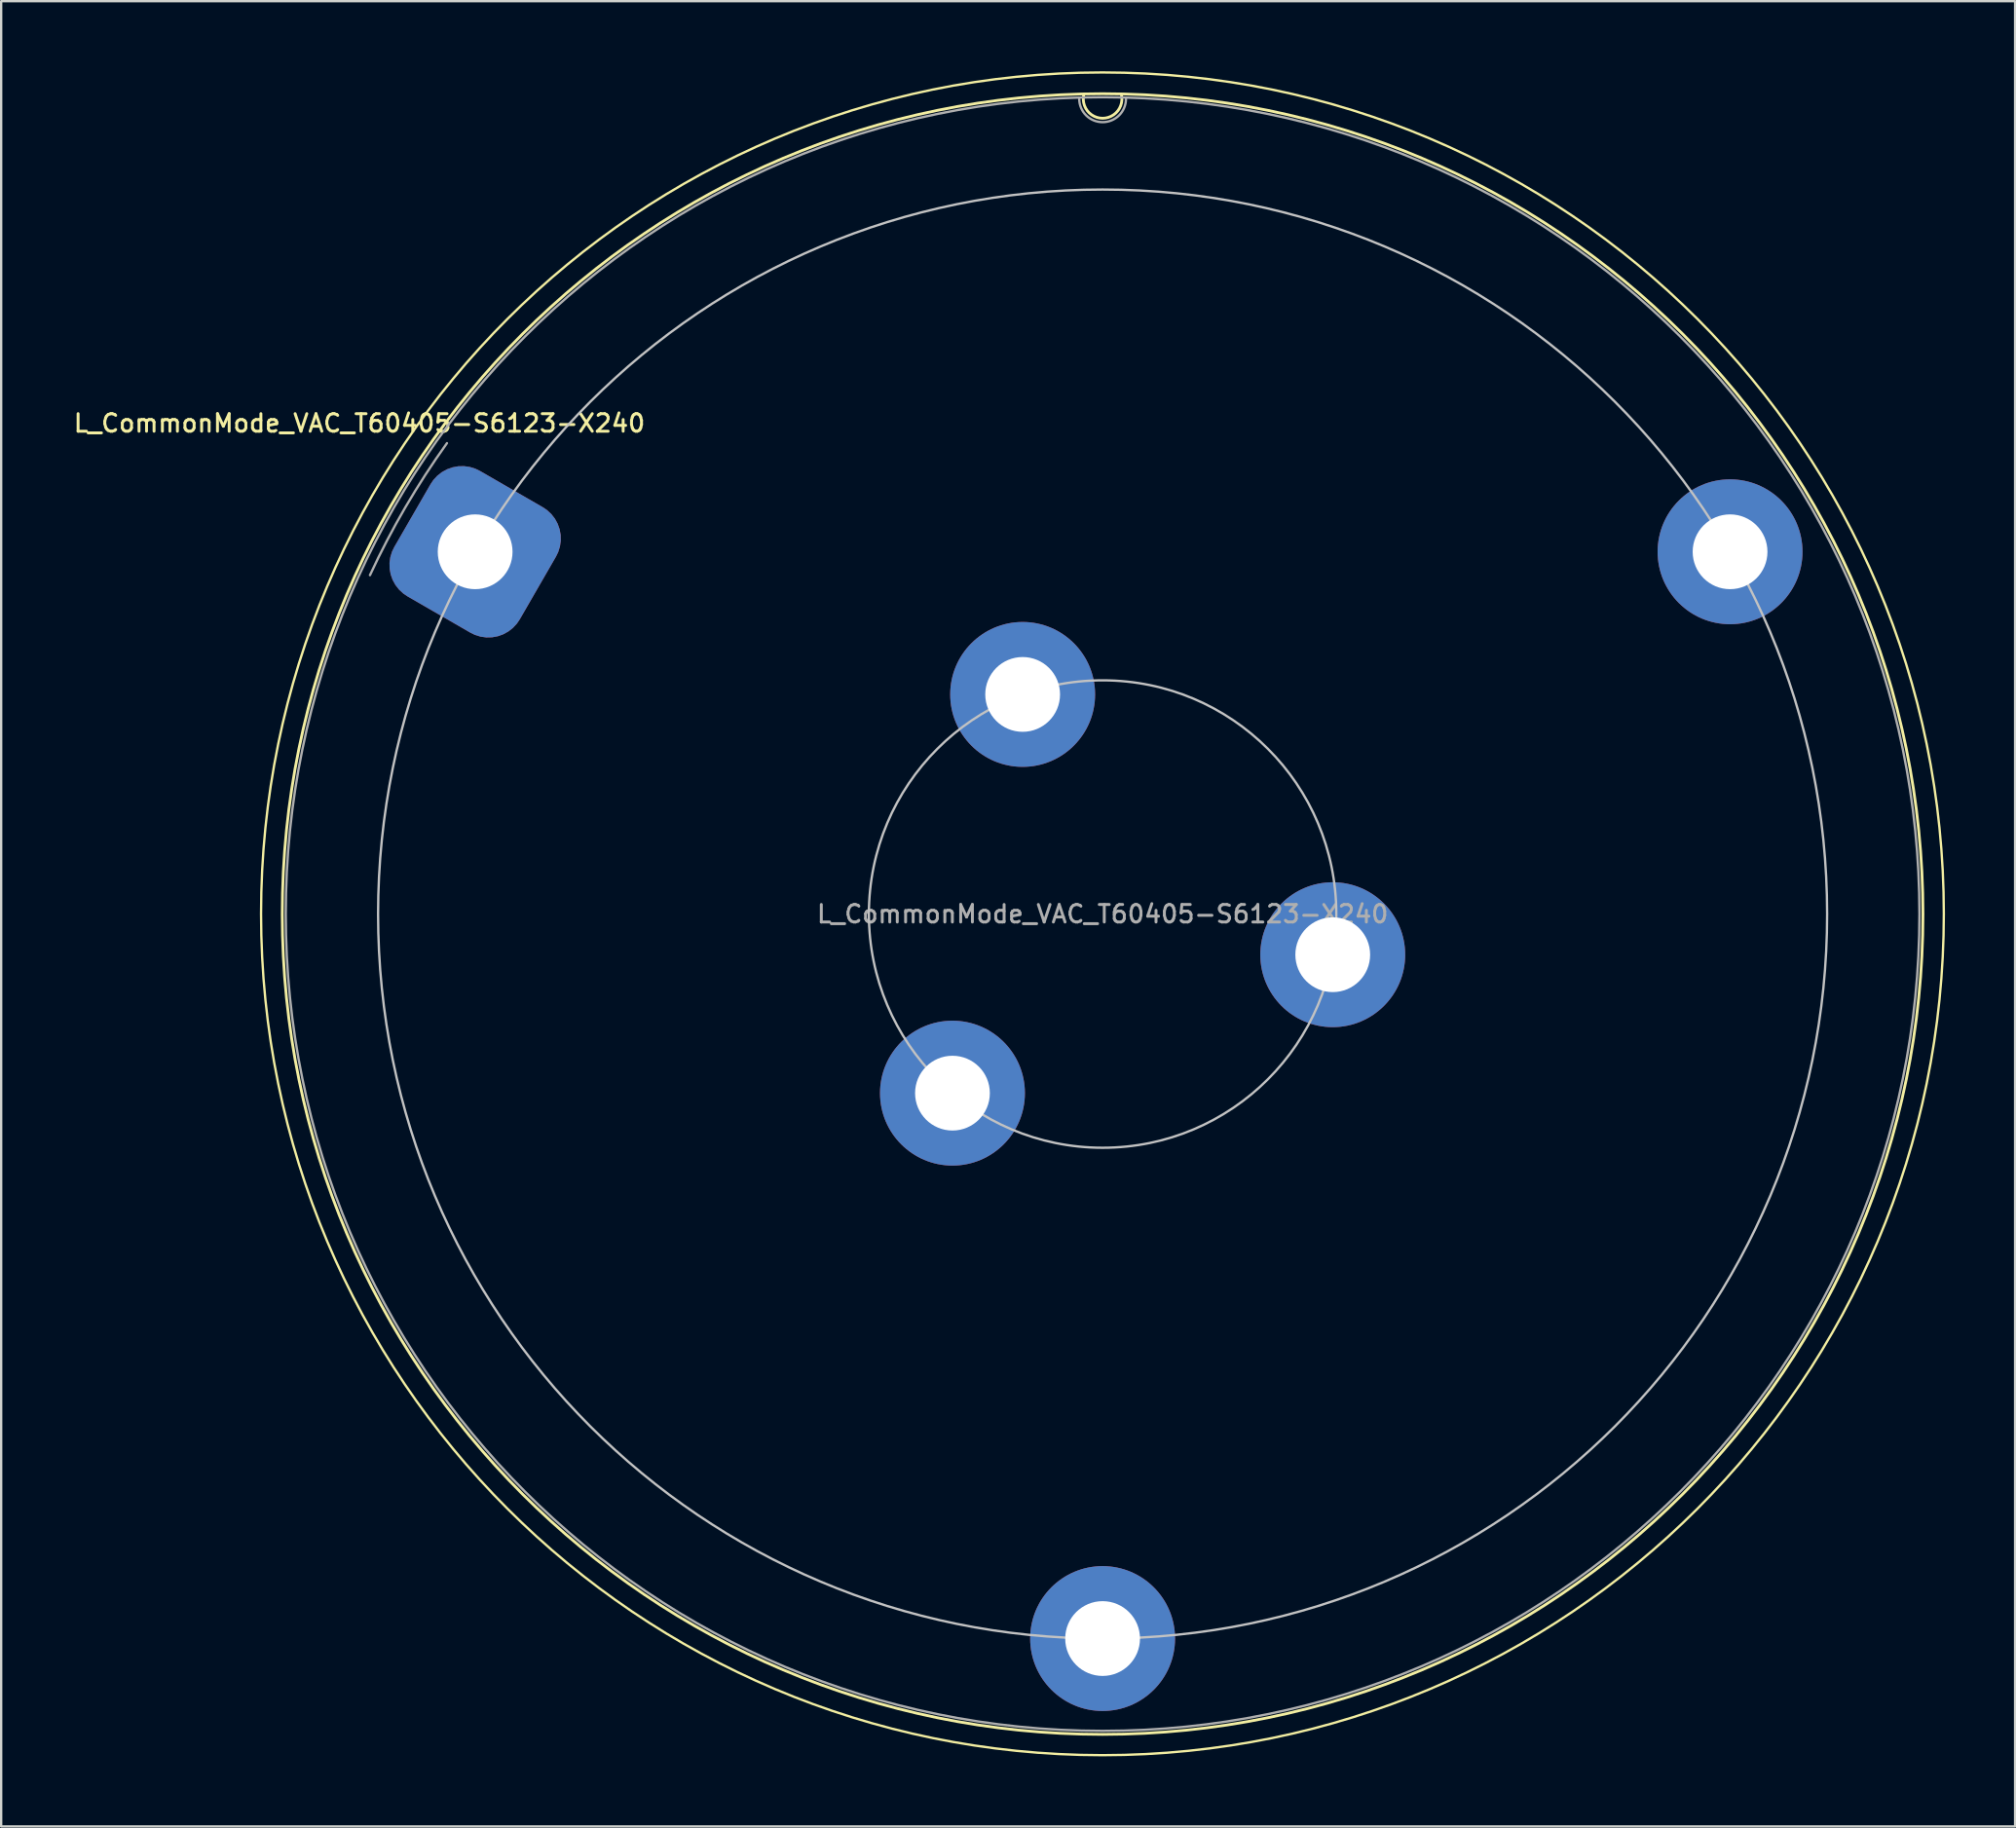
<source format=kicad_pcb>
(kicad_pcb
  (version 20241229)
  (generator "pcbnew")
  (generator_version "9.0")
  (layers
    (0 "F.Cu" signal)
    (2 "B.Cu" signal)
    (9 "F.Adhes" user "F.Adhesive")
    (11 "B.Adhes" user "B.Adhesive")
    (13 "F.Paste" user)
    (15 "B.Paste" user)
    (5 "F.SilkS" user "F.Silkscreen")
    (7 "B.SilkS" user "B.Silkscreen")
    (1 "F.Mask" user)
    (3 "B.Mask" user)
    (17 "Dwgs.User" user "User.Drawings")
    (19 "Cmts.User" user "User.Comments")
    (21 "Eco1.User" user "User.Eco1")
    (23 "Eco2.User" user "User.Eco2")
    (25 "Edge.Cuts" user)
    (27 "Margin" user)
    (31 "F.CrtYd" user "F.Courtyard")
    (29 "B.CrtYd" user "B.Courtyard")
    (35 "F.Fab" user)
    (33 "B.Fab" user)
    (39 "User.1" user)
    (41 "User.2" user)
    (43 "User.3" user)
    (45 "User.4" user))
  (footprint "L_CommonMode_VAC_T60405-S6123-X240"
    (layer "F.Cu")
    (at 17.28 20.56)
    (property "Reference" "L_CommonMode_VAC_T60405-S6123-X240" (at -4.953 -5.5 0) (layer "F.SilkS") (effects (font (size 0.75 0.75) (thickness 0.125))))
    (attr through_hole)
    (fp_arc (start 27.646929 -19.582912) (mid 26.846929 -18.550244) (end 26.046929 -19.582912) (stroke (width 0.12) (type solid)) (layer "F.SilkS"))
    (fp_circle (center 26.84 15.49) (end 62.84 15.49) (stroke (width 0.1) (type solid)) (fill no) (layer "F.SilkS"))
    (fp_circle (center 26.847 15.5) (end 61.947 15.5) (stroke (width 0.12) (type solid)) (fill no) (layer "F.SilkS"))
    (fp_circle (center 26.847 15.5) (end 36.847 15.5) (stroke (width 0.1) (type solid)) (fill no) (layer "Dwgs.User"))
    (fp_circle (center 26.847 15.5) (end 57.847 15.5) (stroke (width 0.1) (type solid)) (fill no) (layer "Dwgs.User"))
    (fp_arc (start -4.499999 1) (mid -2.986804 -1.902003) (end -1.205717 -4.647747) (stroke (width 0.1) (type default)) (layer "F.Fab"))
    (fp_arc (start 27.846929 -19.382912) (mid 26.846929 -18.382912) (end 25.846929 -19.382912) (stroke (width 0.1) (type solid)) (layer "F.Fab"))
    (fp_circle (center 26.847 15.5) (end 61.797 15.5) (stroke (width 0.1) (type solid)) (fill no) (layer "F.Fab"))
    (fp_text user "${REFERENCE}" (at 26.847 15.5 0) (layer "F.Fab") (effects (font (size 0.75 0.75) (thickness 0.125))))
    (pad "1" thru_hole roundrect (at 0 0 60) (size 6.2 6.2) (drill 3.2) (layers "*.Cu" "*.Mask") (roundrect_rratio 0.25))
    (pad "2" thru_hole circle (at 20.423 23.163) (size 6.2 6.2) (drill 3.2) (layers "*.Cu" "*.Mask"))
    (pad "3" thru_hole circle (at 26.847 46.5) (size 6.2 6.2) (drill 3.2) (layers "*.Cu" "*.Mask"))
    (pad "4" thru_hole circle (at 36.694 17.24) (size 6.2 6.2) (drill 3.2) (layers "*.Cu" "*.Mask"))
    (pad "5" thru_hole circle (at 53.694 -0.00036) (size 6.2 6.2) (drill 3.2) (layers "*.Cu" "*.Mask"))
    (pad "6" thru_hole circle (at 23.426 6.103) (size 6.2 6.2) (drill 3.2) (layers "*.Cu" "*.Mask")))
  (gr_rect
    (start -3 -3)
    (end 83.17 75.1)
    (stroke (width 0.1) (type default))
    (fill no)
    (layer "Edge.Cuts")))
</source>
